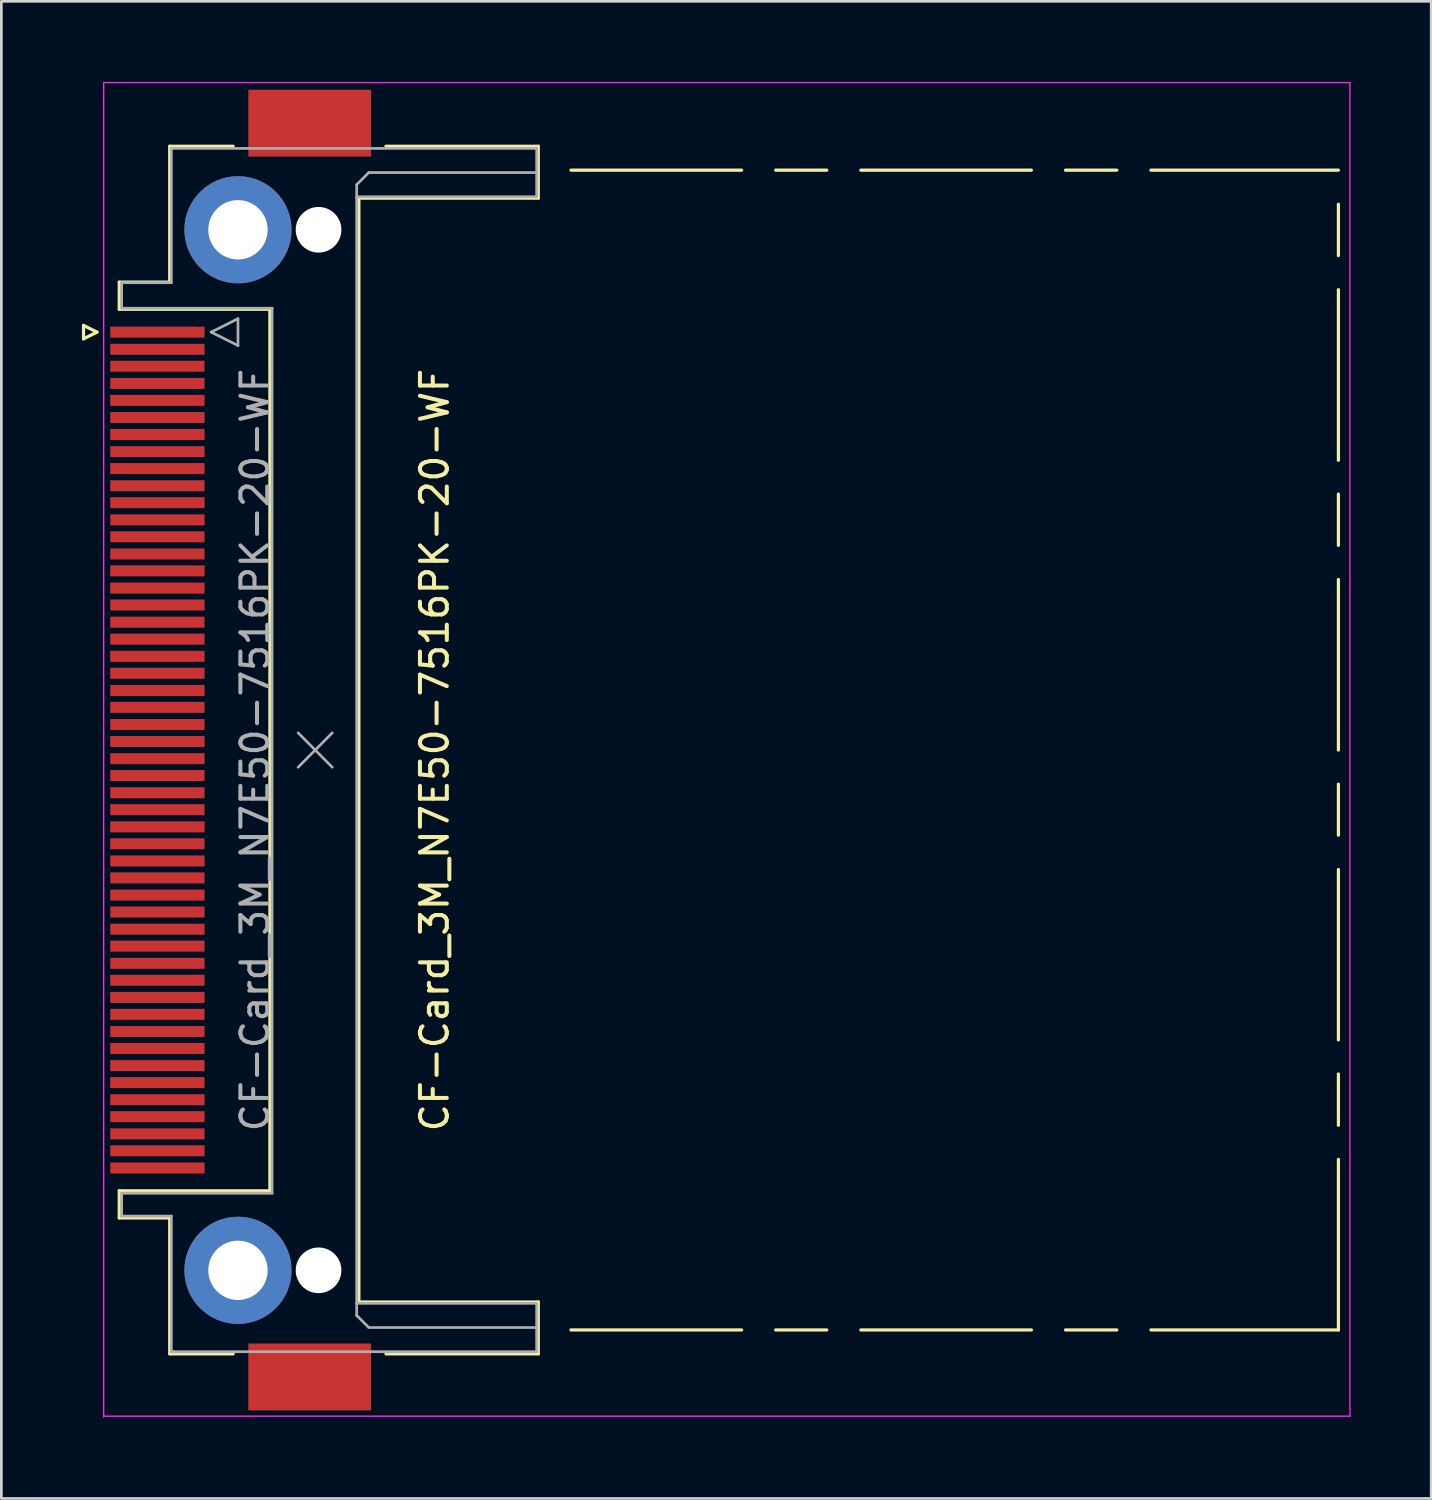
<source format=kicad_pcb>
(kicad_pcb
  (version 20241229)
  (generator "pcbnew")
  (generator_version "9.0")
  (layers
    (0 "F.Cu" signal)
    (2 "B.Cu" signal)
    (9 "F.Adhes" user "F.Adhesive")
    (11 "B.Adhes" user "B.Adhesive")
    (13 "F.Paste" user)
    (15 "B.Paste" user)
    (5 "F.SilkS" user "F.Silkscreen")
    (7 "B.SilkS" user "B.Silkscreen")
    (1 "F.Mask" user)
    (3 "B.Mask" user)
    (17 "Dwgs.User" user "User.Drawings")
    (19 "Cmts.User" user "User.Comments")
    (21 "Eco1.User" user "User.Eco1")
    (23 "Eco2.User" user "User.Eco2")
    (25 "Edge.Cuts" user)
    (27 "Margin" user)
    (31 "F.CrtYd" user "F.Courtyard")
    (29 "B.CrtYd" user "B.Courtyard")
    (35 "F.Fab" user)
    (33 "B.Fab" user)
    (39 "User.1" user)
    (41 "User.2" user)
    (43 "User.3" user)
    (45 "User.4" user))
  (footprint "CF-Card_3M_N7E50-7516PK-20-WF"
    (layer "F.Cu")
    (at 5.91 24.875)
    (property "Reference" "CF-Card_3M_N7E50-7516PK-20-WF" (at 7.22 0 90) (layer "F.SilkS") (effects (font (size 1 1) (thickness 0.15))))
    (attr smd)
    (fp_line (start -5.85 -15.81) (end -5.85 -15.31) (stroke (width 0.12) (type solid)) (layer "F.SilkS"))
    (fp_line (start -5.85 -15.31) (end -5.35 -15.56) (stroke (width 0.12) (type solid)) (layer "F.SilkS"))
    (fp_line (start -5.35 -15.56) (end -5.85 -15.81) (stroke (width 0.12) (type solid)) (layer "F.SilkS"))
    (fp_line (start -4.52 -17.42) (end -2.64 -17.42) (stroke (width 0.12) (type solid)) (layer "F.SilkS"))
    (fp_line (start -4.52 -16.41) (end -4.52 -17.42) (stroke (width 0.12) (type solid)) (layer "F.SilkS"))
    (fp_line (start -4.52 16.41) (end 1.09 16.41) (stroke (width 0.12) (type solid)) (layer "F.SilkS"))
    (fp_line (start -4.52 17.42) (end -4.52 16.41) (stroke (width 0.12) (type solid)) (layer "F.SilkS"))
    (fp_line (start -2.64 -22.48) (end -0.28 -22.48) (stroke (width 0.12) (type solid)) (layer "F.SilkS"))
    (fp_line (start -2.64 -17.42) (end -2.64 -22.48) (stroke (width 0.12) (type solid)) (layer "F.SilkS"))
    (fp_line (start -2.64 17.42) (end -4.52 17.42) (stroke (width 0.12) (type solid)) (layer "F.SilkS"))
    (fp_line (start -2.64 22.48) (end -2.64 17.42) (stroke (width 0.12) (type solid)) (layer "F.SilkS"))
    (fp_line (start -0.28 22.48) (end -2.64 22.48) (stroke (width 0.12) (type solid)) (layer "F.SilkS"))
    (fp_line (start 1.09 -16.41) (end -4.52 -16.41) (stroke (width 0.12) (type solid)) (layer "F.SilkS"))
    (fp_line (start 1.09 16.41) (end 1.09 -16.41) (stroke (width 0.12) (type solid)) (layer "F.SilkS"))
    (fp_line (start 4.4 -20.55) (end 11.08 -20.55) (stroke (width 0.12) (type solid)) (layer "F.SilkS"))
    (fp_line (start 4.4 20.55) (end 4.4 -20.55) (stroke (width 0.12) (type solid)) (layer "F.SilkS"))
    (fp_line (start 5.41 22.48) (end 11.08 22.48) (stroke (width 0.12) (type solid)) (layer "F.SilkS"))
    (fp_line (start 11.08 -22.48) (end 5.41 -22.48) (stroke (width 0.12) (type solid)) (layer "F.SilkS"))
    (fp_line (start 11.08 -20.55) (end 11.08 -22.48) (stroke (width 0.12) (type solid)) (layer "F.SilkS"))
    (fp_line (start 11.08 20.55) (end 4.4 20.55) (stroke (width 0.12) (type solid)) (layer "F.SilkS"))
    (fp_line (start 11.08 22.48) (end 11.08 20.55) (stroke (width 0.12) (type solid)) (layer "F.SilkS"))
    (fp_line (start 12.3 -21.59) (end 18.65 -21.59) (stroke (width 0.12) (type solid)) (layer "F.SilkS"))
    (fp_line (start 12.3 21.59) (end 18.65 21.59) (stroke (width 0.12) (type solid)) (layer "F.SilkS"))
    (fp_line (start 19.92 -21.59) (end 21.82 -21.59) (stroke (width 0.12) (type solid)) (layer "F.SilkS"))
    (fp_line (start 19.92 21.59) (end 21.82 21.59) (stroke (width 0.12) (type solid)) (layer "F.SilkS"))
    (fp_line (start 23.09 -21.59) (end 29.44 -21.59) (stroke (width 0.12) (type solid)) (layer "F.SilkS"))
    (fp_line (start 23.09 21.59) (end 29.44 21.59) (stroke (width 0.12) (type solid)) (layer "F.SilkS"))
    (fp_line (start 30.71 -21.59) (end 32.62 -21.59) (stroke (width 0.12) (type solid)) (layer "F.SilkS"))
    (fp_line (start 30.71 21.59) (end 32.62 21.59) (stroke (width 0.12) (type solid)) (layer "F.SilkS"))
    (fp_line (start 33.89 -21.59) (end 40.87 -21.59) (stroke (width 0.12) (type solid)) (layer "F.SilkS"))
    (fp_line (start 33.89 21.59) (end 40.87 21.59) (stroke (width 0.12) (type solid)) (layer "F.SilkS"))
    (fp_line (start 40.87 -18.41) (end 40.87 -20.32) (stroke (width 0.12) (type solid)) (layer "F.SilkS"))
    (fp_line (start 40.87 -10.79) (end 40.87 -17.14) (stroke (width 0.12) (type solid)) (layer "F.SilkS"))
    (fp_line (start 40.87 -7.62) (end 40.87 -9.53) (stroke (width 0.12) (type solid)) (layer "F.SilkS"))
    (fp_line (start 40.87 0) (end 40.87 -6.35) (stroke (width 0.12) (type solid)) (layer "F.SilkS"))
    (fp_line (start 40.87 3.17) (end 40.87 1.27) (stroke (width 0.12) (type solid)) (layer "F.SilkS"))
    (fp_line (start 40.87 10.79) (end 40.87 4.45) (stroke (width 0.12) (type solid)) (layer "F.SilkS"))
    (fp_line (start 40.87 13.97) (end 40.87 12.06) (stroke (width 0.12) (type solid)) (layer "F.SilkS"))
    (fp_line (start 40.87 21.59) (end 40.87 15.24) (stroke (width 0.12) (type solid)) (layer "F.SilkS"))
    (fp_line (start -5.1 -24.85) (end 41.3 -24.85) (stroke (width 0.05) (type solid)) (layer "F.CrtYd"))
    (fp_line (start -5.1 24.8) (end 41.3 24.8) (stroke (width 0.05) (type solid)) (layer "F.CrtYd"))
    (fp_line (start -5.1 24.84) (end -5.1 -24.84) (stroke (width 0.05) (type solid)) (layer "F.CrtYd"))
    (fp_line (start 41.3 24.8) (end 41.3 -24.85) (stroke (width 0.05) (type solid)) (layer "F.CrtYd"))
    (fp_line (start -4.43 -17.4) (end -4.43 -16.45) (stroke (width 0.1) (type solid)) (layer "F.Fab"))
    (fp_line (start -4.43 -16.45) (end 1.17 -16.45) (stroke (width 0.1) (type solid)) (layer "F.Fab"))
    (fp_line (start -4.43 16.5) (end -4.43 17.35) (stroke (width 0.1) (type solid)) (layer "F.Fab"))
    (fp_line (start -4.43 17.35) (end -2.58 17.35) (stroke (width 0.1) (type solid)) (layer "F.Fab"))
    (fp_line (start -2.58 -22.4) (end -2.58 -17.4) (stroke (width 0.1) (type solid)) (layer "F.Fab"))
    (fp_line (start -2.58 -17.4) (end -4.43 -17.4) (stroke (width 0.1) (type solid)) (layer "F.Fab"))
    (fp_line (start -2.58 17.35) (end -2.58 22.4) (stroke (width 0.1) (type solid)) (layer "F.Fab"))
    (fp_line (start -2.58 22.4) (end -2.48 22.4) (stroke (width 0.1) (type solid)) (layer "F.Fab"))
    (fp_line (start -2.53 22.4) (end 11.02 22.4) (stroke (width 0.1) (type solid)) (layer "F.Fab"))
    (fp_line (start -1.1 -15.56) (end -0.1 -15.06) (stroke (width 0.1) (type solid)) (layer "F.Fab"))
    (fp_line (start -0.1 -16.06) (end -1.1 -15.56) (stroke (width 0.1) (type solid)) (layer "F.Fab"))
    (fp_line (start -0.1 -15.06) (end -0.1 -16.06) (stroke (width 0.1) (type solid)) (layer "F.Fab"))
    (fp_line (start 1.17 -16.45) (end 1.17 16.5) (stroke (width 0.1) (type solid)) (layer "F.Fab"))
    (fp_line (start 1.17 16.5) (end -4.43 16.5) (stroke (width 0.1) (type solid)) (layer "F.Fab"))
    (fp_line (start 2.14 -0.64) (end 3.41 0.64) (stroke (width 0.1) (type solid)) (layer "F.Fab"))
    (fp_line (start 2.14 0.64) (end 3.41 -0.64) (stroke (width 0.1) (type solid)) (layer "F.Fab"))
    (fp_line (start 4.32 -21.05) (end 4.32 -20.55) (stroke (width 0.1) (type solid)) (layer "F.Fab"))
    (fp_line (start 4.32 -20.6) (end 11.02 -20.6) (stroke (width 0.1) (type solid)) (layer "F.Fab"))
    (fp_line (start 4.32 20.6) (end 4.32 -20.6) (stroke (width 0.1) (type solid)) (layer "F.Fab"))
    (fp_line (start 4.32 21.05) (end 4.32 20.6) (stroke (width 0.1) (type solid)) (layer "F.Fab"))
    (fp_line (start 4.37 21.1) (end 4.32 21.05) (stroke (width 0.1) (type solid)) (layer "F.Fab"))
    (fp_line (start 4.77 -21.5) (end 4.32 -21.05) (stroke (width 0.1) (type solid)) (layer "F.Fab"))
    (fp_line (start 4.77 21.5) (end 4.37 21.1) (stroke (width 0.1) (type solid)) (layer "F.Fab"))
    (fp_line (start 11.02 -22.4) (end -2.58 -22.4) (stroke (width 0.1) (type solid)) (layer "F.Fab"))
    (fp_line (start 11.02 -21.5) (end 4.77 -21.5) (stroke (width 0.1) (type solid)) (layer "F.Fab"))
    (fp_line (start 11.02 -20.6) (end 11.02 -22.4) (stroke (width 0.1) (type solid)) (layer "F.Fab"))
    (fp_line (start 11.02 20.6) (end 4.32 20.6) (stroke (width 0.1) (type solid)) (layer "F.Fab"))
    (fp_line (start 11.02 21.5) (end 4.77 21.5) (stroke (width 0.1) (type solid)) (layer "F.Fab"))
    (fp_line (start 11.02 22.4) (end 11.02 20.6) (stroke (width 0.1) (type solid)) (layer "F.Fab"))
    (fp_text user "${REFERENCE}" (at 0.535 0 90) (layer "F.Fab") (effects (font (size 1 1) (thickness 0.15))))
    (pad "" thru_hole circle (at -0.1 -19.37 90) (size 3.99 3.99) (drill 2.21) (layers "*.Cu" "*.Mask"))
    (pad "" thru_hole circle (at -0.1 19.37 90) (size 3.99 3.99) (drill 2.21) (layers "*.Cu" "*.Mask"))
    (pad "" smd rect (at 2.57 -23.34 90) (size 2.49 4.57) (layers "F.Cu" "F.Mask" "F.Paste"))
    (pad "" smd rect (at 2.57 23.34 90) (size 2.49 4.57) (layers "F.Cu" "F.Mask" "F.Paste"))
    (pad "" np_thru_hole circle (at 2.9 -19.37 90) (size 1.7 1.7) (drill 1.7) (layers "*.Cu" "*.Mask"))
    (pad "" np_thru_hole circle (at 2.9 19.37 90) (size 1.7 1.7) (drill 1.7) (layers "*.Cu" "*.Mask"))
    (pad "1" smd rect (at -3.1 -15.56 90) (size 0.41 3.51) (layers "F.Cu" "F.Mask" "F.Paste"))
    (pad "2" smd rect (at -3.1 -14.29 90) (size 0.41 3.51) (layers "F.Cu" "F.Mask" "F.Paste"))
    (pad "3" smd rect (at -3.1 -13.02 90) (size 0.41 3.51) (layers "F.Cu" "F.Mask" "F.Paste"))
    (pad "4" smd rect (at -3.1 -11.75 90) (size 0.41 3.51) (layers "F.Cu" "F.Mask" "F.Paste"))
    (pad "5" smd rect (at -3.1 -10.48 90) (size 0.41 3.51) (layers "F.Cu" "F.Mask" "F.Paste"))
    (pad "6" smd rect (at -3.1 -9.21 90) (size 0.41 3.51) (layers "F.Cu" "F.Mask" "F.Paste"))
    (pad "7" smd rect (at -3.1 -7.94 90) (size 0.41 3.51) (layers "F.Cu" "F.Mask" "F.Paste"))
    (pad "8" smd rect (at -3.1 -6.67 90) (size 0.41 3.51) (layers "F.Cu" "F.Mask" "F.Paste"))
    (pad "9" smd rect (at -3.1 -5.4 90) (size 0.41 3.51) (layers "F.Cu" "F.Mask" "F.Paste"))
    (pad "10" smd rect (at -3.1 -4.13 90) (size 0.41 3.51) (layers "F.Cu" "F.Mask" "F.Paste"))
    (pad "11" smd rect (at -3.1 -2.86 90) (size 0.41 3.51) (layers "F.Cu" "F.Mask" "F.Paste"))
    (pad "12" smd rect (at -3.1 -1.59 90) (size 0.41 3.51) (layers "F.Cu" "F.Mask" "F.Paste"))
    (pad "13" smd rect (at -3.1 -0.32 90) (size 0.41 3.51) (layers "F.Cu" "F.Mask" "F.Paste"))
    (pad "14" smd rect (at -3.1 0.95 90) (size 0.41 3.51) (layers "F.Cu" "F.Mask" "F.Paste"))
    (pad "15" smd rect (at -3.1 2.22 90) (size 0.41 3.51) (layers "F.Cu" "F.Mask" "F.Paste"))
    (pad "16" smd rect (at -3.1 3.49 90) (size 0.41 3.51) (layers "F.Cu" "F.Mask" "F.Paste"))
    (pad "17" smd rect (at -3.1 4.76 90) (size 0.41 3.51) (layers "F.Cu" "F.Mask" "F.Paste"))
    (pad "18" smd rect (at -3.1 6.03 90) (size 0.41 3.51) (layers "F.Cu" "F.Mask" "F.Paste"))
    (pad "19" smd rect (at -3.1 7.3 90) (size 0.41 3.51) (layers "F.Cu" "F.Mask" "F.Paste"))
    (pad "20" smd rect (at -3.1 8.57 90) (size 0.41 3.51) (layers "F.Cu" "F.Mask" "F.Paste"))
    (pad "21" smd rect (at -3.1 9.84 90) (size 0.41 3.51) (layers "F.Cu" "F.Mask" "F.Paste"))
    (pad "22" smd rect (at -3.1 11.11 90) (size 0.41 3.51) (layers "F.Cu" "F.Mask" "F.Paste"))
    (pad "23" smd rect (at -3.1 12.38 90) (size 0.41 3.51) (layers "F.Cu" "F.Mask" "F.Paste"))
    (pad "24" smd rect (at -3.1 13.65 90) (size 0.41 3.51) (layers "F.Cu" "F.Mask" "F.Paste"))
    (pad "25" smd rect (at -3.1 14.92 90) (size 0.41 3.51) (layers "F.Cu" "F.Mask" "F.Paste"))
    (pad "26" smd rect (at -3.1 -14.92 90) (size 0.41 3.51) (layers "F.Cu" "F.Mask" "F.Paste"))
    (pad "27" smd rect (at -3.1 -13.65 90) (size 0.41 3.51) (layers "F.Cu" "F.Mask" "F.Paste"))
    (pad "28" smd rect (at -3.1 -12.38 90) (size 0.41 3.51) (layers "F.Cu" "F.Mask" "F.Paste"))
    (pad "29" smd rect (at -3.1 -11.11 90) (size 0.41 3.51) (layers "F.Cu" "F.Mask" "F.Paste"))
    (pad "30" smd rect (at -3.1 -9.84 90) (size 0.41 3.51) (layers "F.Cu" "F.Mask" "F.Paste"))
    (pad "31" smd rect (at -3.1 -8.57 90) (size 0.41 3.51) (layers "F.Cu" "F.Mask" "F.Paste"))
    (pad "32" smd rect (at -3.1 -7.3 90) (size 0.41 3.51) (layers "F.Cu" "F.Mask" "F.Paste"))
    (pad "33" smd rect (at -3.1 -6.03 90) (size 0.41 3.51) (layers "F.Cu" "F.Mask" "F.Paste"))
    (pad "34" smd rect (at -3.1 -4.76 90) (size 0.41 3.51) (layers "F.Cu" "F.Mask" "F.Paste"))
    (pad "35" smd rect (at -3.1 -3.49 90) (size 0.41 3.51) (layers "F.Cu" "F.Mask" "F.Paste"))
    (pad "36" smd rect (at -3.1 -2.22 90) (size 0.41 3.51) (layers "F.Cu" "F.Mask" "F.Paste"))
    (pad "37" smd rect (at -3.1 -0.95 90) (size 0.41 3.51) (layers "F.Cu" "F.Mask" "F.Paste"))
    (pad "38" smd rect (at -3.1 0.32 90) (size 0.41 3.51) (layers "F.Cu" "F.Mask" "F.Paste"))
    (pad "39" smd rect (at -3.1 1.59 90) (size 0.41 3.51) (layers "F.Cu" "F.Mask" "F.Paste"))
    (pad "40" smd rect (at -3.1 2.86 90) (size 0.41 3.51) (layers "F.Cu" "F.Mask" "F.Paste"))
    (pad "41" smd rect (at -3.1 4.13 90) (size 0.41 3.51) (layers "F.Cu" "F.Mask" "F.Paste"))
    (pad "42" smd rect (at -3.1 5.4 90) (size 0.41 3.51) (layers "F.Cu" "F.Mask" "F.Paste"))
    (pad "43" smd rect (at -3.1 6.67 90) (size 0.41 3.51) (layers "F.Cu" "F.Mask" "F.Paste"))
    (pad "44" smd rect (at -3.1 7.94 90) (size 0.41 3.51) (layers "F.Cu" "F.Mask" "F.Paste"))
    (pad "45" smd rect (at -3.1 9.21 90) (size 0.41 3.51) (layers "F.Cu" "F.Mask" "F.Paste"))
    (pad "46" smd rect (at -3.1 10.48 90) (size 0.41 3.51) (layers "F.Cu" "F.Mask" "F.Paste"))
    (pad "47" smd rect (at -3.1 11.75 90) (size 0.41 3.51) (layers "F.Cu" "F.Mask" "F.Paste"))
    (pad "48" smd rect (at -3.1 13.02 90) (size 0.41 3.51) (layers "F.Cu" "F.Mask" "F.Paste"))
    (pad "49" smd rect (at -3.1 14.29 90) (size 0.41 3.51) (layers "F.Cu" "F.Mask" "F.Paste"))
    (pad "50" smd rect (at -3.1 15.56 90) (size 0.41 3.51) (layers "F.Cu" "F.Mask" "F.Paste")))
  (gr_rect
    (start -3 -3)
    (end 50.235 52.74)
    (stroke (width 0.1) (type default))
    (fill no)
    (layer "Edge.Cuts")))
</source>
